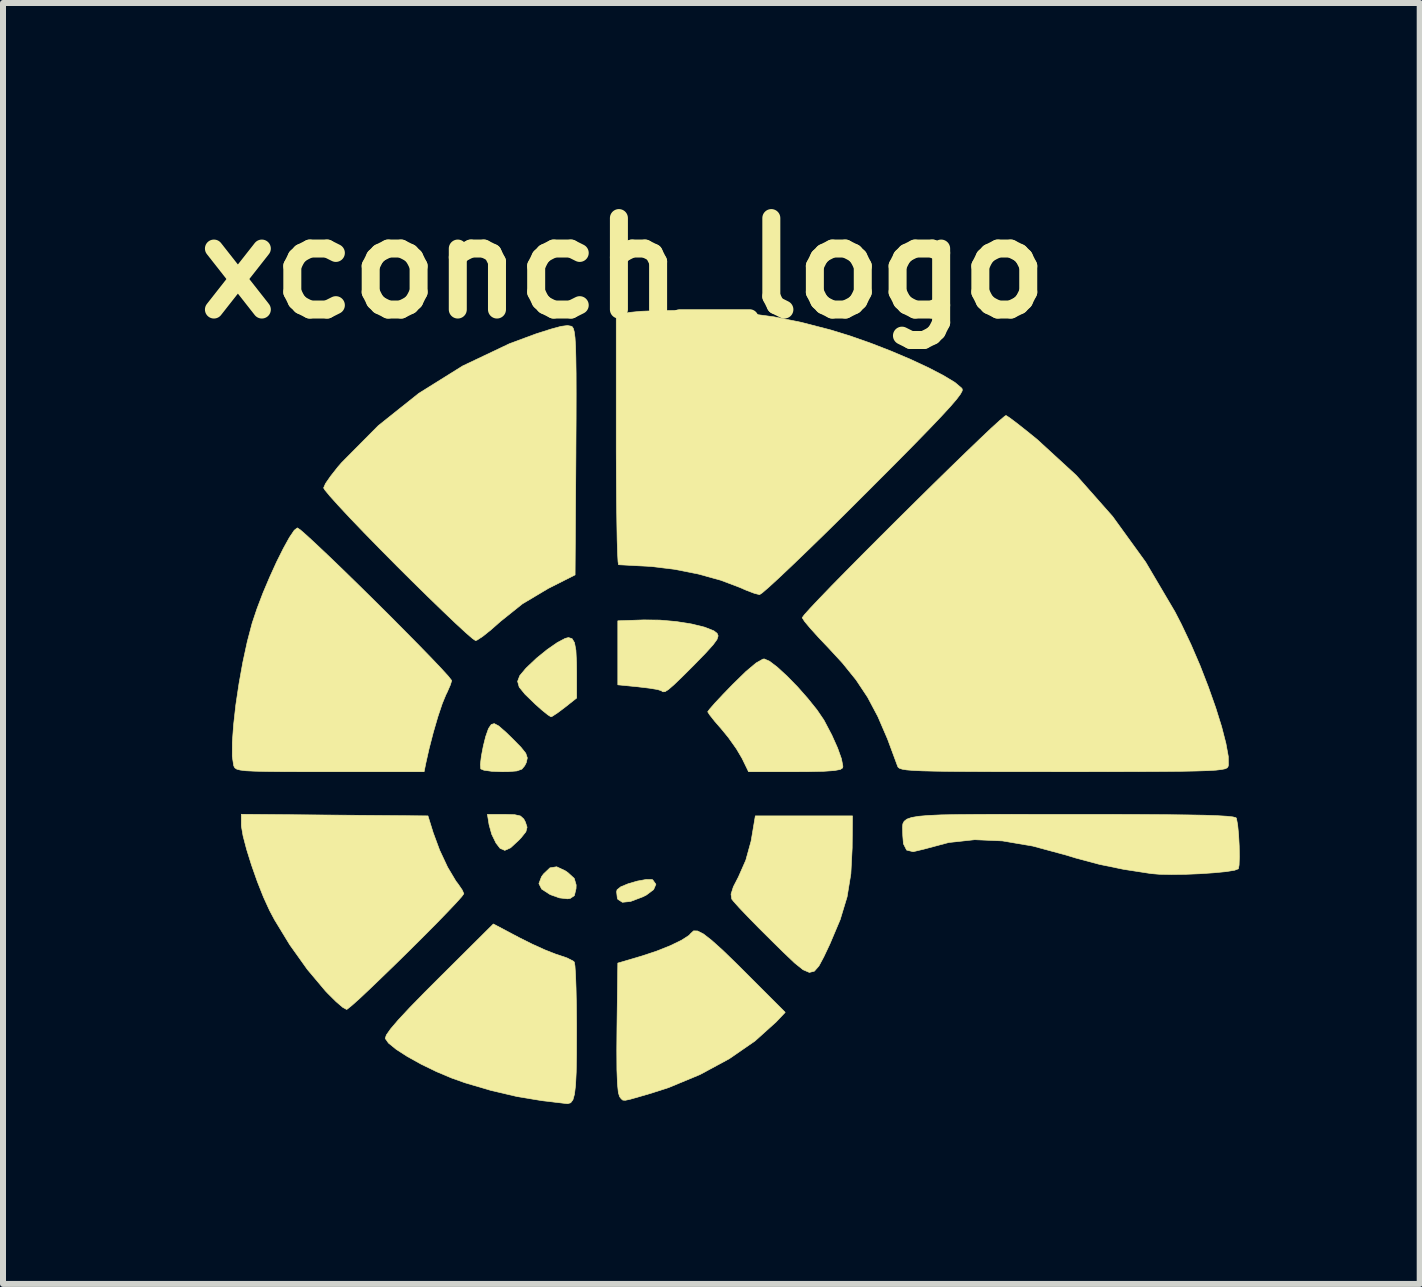
<source format=kicad_pcb>
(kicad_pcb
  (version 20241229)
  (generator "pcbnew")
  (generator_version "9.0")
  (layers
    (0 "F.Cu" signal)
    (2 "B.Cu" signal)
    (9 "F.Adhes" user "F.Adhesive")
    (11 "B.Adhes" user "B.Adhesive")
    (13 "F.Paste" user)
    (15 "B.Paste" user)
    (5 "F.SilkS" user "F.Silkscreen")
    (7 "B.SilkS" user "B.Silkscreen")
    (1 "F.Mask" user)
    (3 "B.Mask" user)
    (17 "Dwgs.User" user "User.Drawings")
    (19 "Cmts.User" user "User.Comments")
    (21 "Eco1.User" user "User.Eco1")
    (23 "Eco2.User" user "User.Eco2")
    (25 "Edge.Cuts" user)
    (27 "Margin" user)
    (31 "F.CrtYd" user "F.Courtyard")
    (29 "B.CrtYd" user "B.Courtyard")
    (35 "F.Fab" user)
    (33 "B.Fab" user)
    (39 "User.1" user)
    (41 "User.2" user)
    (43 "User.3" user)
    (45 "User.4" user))
  (footprint "xconch_logo"
    (layer "F.Cu")
    (at 6.895 10.245)
    (property "Reference" "xconch_logo" (at 0.442 -8.826 0) (layer "F.SilkS") (effects (font (size 1.524 1.524) (thickness 0.3))))
    (attr through_hole)
    (fp_poly (pts (xy -1.367 0.282) (xy -1.271 0.304) (xy -1.216 0.354) (xy -1.189 0.405) (xy -1.161 0.491) (xy -1.181 0.567) (xy -1.259 0.665) (xy -1.302 0.71) (xy -1.436 0.834) (xy -1.532 0.877) (xy -1.611 0.843) (xy -1.679 0.755) (xy -1.75 0.609) (xy -1.794 0.451) (xy -1.822 0.277) (xy -1.535 0.277) (xy -1.367 0.282)) (stroke (width 0.01) (type solid)) (fill yes) (layer "F.SilkS"))
    (fp_poly (pts (xy 0.921 1.363) (xy 0.933 1.368) (xy 0.986 1.442) (xy 0.948 1.53) (xy 0.827 1.621) (xy 0.77 1.65) (xy 0.564 1.728) (xy 0.428 1.742) (xy 0.352 1.693) (xy 0.343 1.674) (xy 0.331 1.567) (xy 0.339 1.533) (xy 0.4 1.484) (xy 0.526 1.432) (xy 0.679 1.388) (xy 0.823 1.362) (xy 0.921 1.363)) (stroke (width 0.01) (type solid)) (fill yes) (layer "F.SilkS"))
    (fp_poly (pts (xy -0.528 1.215) (xy -0.48 1.248) (xy -0.375 1.344) (xy -0.343 1.453) (xy -0.345 1.514) (xy -0.373 1.631) (xy -0.443 1.678) (xy -0.488 1.684) (xy -0.621 1.669) (xy -0.77 1.616) (xy -0.777 1.613) (xy -0.918 1.522) (xy -0.964 1.43) (xy -0.921 1.317) (xy -0.888 1.271) (xy -0.78 1.168) (xy -0.668 1.15) (xy -0.528 1.215)) (stroke (width 0.01) (type solid)) (fill yes) (layer "F.SilkS"))
    (fp_poly (pts (xy -1.633 -1.196) (xy -1.516 -1.094) (xy -1.409 -0.99) (xy -1.264 -0.843) (xy -1.183 -0.742) (xy -1.157 -0.664) (xy -1.174 -0.587) (xy -1.201 -0.533) (xy -1.248 -0.477) (xy -1.331 -0.447) (xy -1.477 -0.435) (xy -1.579 -0.434) (xy -1.751 -0.441) (xy -1.88 -0.459) (xy -1.933 -0.481) (xy -1.939 -0.555) (xy -1.923 -0.692) (xy -1.891 -0.859) (xy -1.851 -1.02) (xy -1.808 -1.142) (xy -1.801 -1.158) (xy -1.758 -1.221) (xy -1.708 -1.236) (xy -1.633 -1.196)) (stroke (width 0.01) (type solid)) (fill yes) (layer "F.SilkS"))
    (fp_poly (pts (xy -0.411 -2.651) (xy -0.371 -2.585) (xy -0.347 -2.457) (xy -0.337 -2.251) (xy -0.335 -2.085) (xy -0.335 -1.662) (xy -0.533 -1.505) (xy -0.653 -1.415) (xy -0.74 -1.358) (xy -0.763 -1.349) (xy -0.814 -1.381) (xy -0.916 -1.463) (xy -1.026 -1.561) (xy -1.195 -1.725) (xy -1.292 -1.844) (xy -1.319 -1.94) (xy -1.283 -2.035) (xy -1.188 -2.149) (xy -1.166 -2.172) (xy -1.001 -2.328) (xy -0.823 -2.472) (xy -0.657 -2.587) (xy -0.526 -2.656) (xy -0.471 -2.67) (xy -0.411 -2.651)) (stroke (width 0.01) (type solid)) (fill yes) (layer "F.SilkS"))
    (fp_poly (pts (xy 1.049 -2.961) (xy 1.323 -2.937) (xy 1.581 -2.896) (xy 1.798 -2.843) (xy 1.952 -2.782) (xy 2.006 -2.74) (xy 2.023 -2.698) (xy 2.004 -2.638) (xy 1.939 -2.549) (xy 1.82 -2.417) (xy 1.637 -2.229) (xy 1.618 -2.209) (xy 1.423 -2.015) (xy 1.286 -1.883) (xy 1.195 -1.804) (xy 1.138 -1.768) (xy 1.101 -1.766) (xy 1.075 -1.784) (xy 1.013 -1.804) (xy 0.879 -1.826) (xy 0.701 -1.847) (xy 0.698 -1.848) (xy 0.351 -1.882) (xy 0.351 -2.949) (xy 0.782 -2.964) (xy 1.049 -2.961)) (stroke (width 0.01) (type solid)) (fill yes) (layer "F.SilkS"))
    (fp_poly (pts (xy 4.257 0.836) (xy 4.235 1.267) (xy 4.172 1.652) (xy 4.057 2.031) (xy 3.886 2.436) (xy 3.784 2.652) (xy 3.703 2.803) (xy 3.627 2.89) (xy 3.543 2.911) (xy 3.438 2.866) (xy 3.297 2.753) (xy 3.107 2.572) (xy 2.911 2.379) (xy 2.704 2.173) (xy 2.522 1.987) (xy 2.376 1.834) (xy 2.281 1.728) (xy 2.25 1.688) (xy 2.238 1.606) (xy 2.277 1.483) (xy 2.361 1.32) (xy 2.484 1.041) (xy 2.572 0.723) (xy 2.581 0.671) (xy 2.643 0.302) (xy 4.262 0.302) (xy 4.257 0.836)) (stroke (width 0.01) (type solid)) (fill yes) (layer "F.SilkS"))
    (fp_poly (pts (xy 1.681 2.22) (xy 1.779 2.27) (xy 1.915 2.376) (xy 2.099 2.541) (xy 2.339 2.774) (xy 2.457 2.892) (xy 3.141 3.576) (xy 2.99 3.736) (xy 2.638 4.053) (xy 2.208 4.35) (xy 1.721 4.613) (xy 1.201 4.829) (xy 0.91 4.923) (xy 0.694 4.986) (xy 0.556 5.025) (xy 0.476 5.042) (xy 0.434 5.039) (xy 0.409 5.018) (xy 0.381 4.982) (xy 0.381 4.982) (xy 0.36 4.914) (xy 0.345 4.766) (xy 0.336 4.532) (xy 0.334 4.208) (xy 0.337 3.833) (xy 0.351 2.755) (xy 0.732 2.643) (xy 0.989 2.559) (xy 1.223 2.466) (xy 1.413 2.374) (xy 1.538 2.293) (xy 1.569 2.259) (xy 1.614 2.218) (xy 1.681 2.22)) (stroke (width 0.01) (type solid)) (fill yes) (layer "F.SilkS"))
    (fp_poly (pts (xy 2.879 -2.276) (xy 3.011 -2.175) (xy 3.173 -2.026) (xy 3.348 -1.847) (xy 3.518 -1.654) (xy 3.67 -1.465) (xy 3.785 -1.296) (xy 3.798 -1.272) (xy 3.918 -1.044) (xy 4.014 -0.829) (xy 4.078 -0.65) (xy 4.102 -0.526) (xy 4.098 -0.498) (xy 4.06 -0.472) (xy 3.958 -0.453) (xy 3.782 -0.441) (xy 3.523 -0.435) (xy 3.303 -0.434) (xy 2.53 -0.434) (xy 2.421 -0.658) (xy 2.327 -0.817) (xy 2.194 -1.004) (xy 2.081 -1.142) (xy 1.965 -1.276) (xy 1.882 -1.381) (xy 1.849 -1.432) (xy 1.849 -1.433) (xy 1.883 -1.479) (xy 1.973 -1.582) (xy 2.108 -1.726) (xy 2.265 -1.888) (xy 2.486 -2.104) (xy 2.655 -2.246) (xy 2.768 -2.31) (xy 2.791 -2.314) (xy 2.879 -2.276)) (stroke (width 0.01) (type solid)) (fill yes) (layer "F.SilkS"))
    (fp_poly (pts (xy -4.368 0.289) (xy -2.813 0.302) (xy -2.726 0.582) (xy -2.618 0.874) (xy -2.486 1.156) (xy -2.348 1.388) (xy -2.309 1.439) (xy -2.242 1.537) (xy -2.215 1.599) (xy -2.25 1.648) (xy -2.347 1.756) (xy -2.494 1.911) (xy -2.679 2.102) (xy -2.892 2.316) (xy -3.12 2.543) (xy -3.352 2.771) (xy -3.576 2.988) (xy -3.78 3.184) (xy -3.952 3.346) (xy -4.082 3.462) (xy -4.157 3.522) (xy -4.169 3.528) (xy -4.233 3.493) (xy -4.343 3.399) (xy -4.478 3.265) (xy -4.522 3.219) (xy -4.823 2.861) (xy -5.116 2.45) (xy -5.37 2.033) (xy -5.453 1.877) (xy -5.554 1.656) (xy -5.657 1.396) (xy -5.753 1.123) (xy -5.835 0.861) (xy -5.894 0.636) (xy -5.922 0.473) (xy -5.923 0.445) (xy -5.923 0.275) (xy -4.368 0.289)) (stroke (width 0.01) (type solid)) (fill yes) (layer "F.SilkS"))
    (fp_poly (pts (xy -1.296 2.329) (xy -1.078 2.438) (xy -0.864 2.535) (xy -0.689 2.604) (xy -0.64 2.62) (xy -0.496 2.669) (xy -0.395 2.72) (xy -0.374 2.738) (xy -0.363 2.803) (xy -0.353 2.953) (xy -0.345 3.174) (xy -0.339 3.45) (xy -0.336 3.765) (xy -0.336 3.886) (xy -0.337 4.274) (xy -0.342 4.571) (xy -0.353 4.79) (xy -0.371 4.94) (xy -0.397 5.034) (xy -0.434 5.083) (xy -0.484 5.098) (xy -0.511 5.096) (xy -0.585 5.087) (xy -0.729 5.07) (xy -0.913 5.048) (xy -0.919 5.047) (xy -1.321 4.981) (xy -1.762 4.878) (xy -2.196 4.75) (xy -2.418 4.671) (xy -2.674 4.563) (xy -2.925 4.441) (xy -3.154 4.314) (xy -3.342 4.193) (xy -3.471 4.088) (xy -3.525 4.011) (xy -3.525 4.011) (xy -3.506 3.953) (xy -3.435 3.852) (xy -3.308 3.703) (xy -3.119 3.5) (xy -2.863 3.238) (xy -2.631 3.006) (xy -1.723 2.103) (xy -1.296 2.329)) (stroke (width 0.01) (type solid)) (fill yes) (layer "F.SilkS"))
    (fp_poly (pts (xy -0.423 -7.858) (xy -0.407 -7.848) (xy -0.389 -7.819) (xy -0.374 -7.762) (xy -0.362 -7.668) (xy -0.353 -7.526) (xy -0.348 -7.329) (xy -0.344 -7.067) (xy -0.343 -6.732) (xy -0.344 -6.313) (xy -0.347 -5.803) (xy -0.347 -5.751) (xy -0.361 -3.714) (xy -0.807 -3.489) (xy -1.238 -3.232) (xy -1.602 -2.941) (xy -1.762 -2.8) (xy -1.899 -2.69) (xy -1.994 -2.628) (xy -2.02 -2.619) (xy -2.071 -2.654) (xy -2.184 -2.752) (xy -2.352 -2.907) (xy -2.564 -3.109) (xy -2.813 -3.35) (xy -3.09 -3.622) (xy -3.32 -3.851) (xy -3.61 -4.144) (xy -3.876 -4.416) (xy -4.11 -4.66) (xy -4.302 -4.866) (xy -4.445 -5.025) (xy -4.53 -5.128) (xy -4.552 -5.164) (xy -4.52 -5.237) (xy -4.434 -5.361) (xy -4.311 -5.517) (xy -4.249 -5.588) (xy -3.64 -6.202) (xy -2.966 -6.74) (xy -2.234 -7.197) (xy -1.453 -7.568) (xy -1.013 -7.731) (xy -0.765 -7.81) (xy -0.596 -7.856) (xy -0.487 -7.87) (xy -0.423 -7.858)) (stroke (width 0.01) (type solid)) (fill yes) (layer "F.SilkS"))
    (fp_poly (pts (xy 7.326 0.277) (xy 7.901 0.277) (xy 8.525 0.277) (xy 9.053 0.279) (xy 9.493 0.282) (xy 9.852 0.286) (xy 10.135 0.291) (xy 10.35 0.299) (xy 10.503 0.308) (xy 10.602 0.319) (xy 10.651 0.332) (xy 10.66 0.34) (xy 10.681 0.451) (xy 10.697 0.616) (xy 10.707 0.804) (xy 10.71 0.983) (xy 10.705 1.122) (xy 10.693 1.184) (xy 10.63 1.208) (xy 10.489 1.231) (xy 10.291 1.25) (xy 10.058 1.266) (xy 9.812 1.276) (xy 9.577 1.279) (xy 9.374 1.275) (xy 9.241 1.264) (xy 8.782 1.193) (xy 8.378 1.11) (xy 7.981 1.004) (xy 7.832 0.958) (xy 7.266 0.805) (xy 6.76 0.719) (xy 6.299 0.699) (xy 5.866 0.746) (xy 5.45 0.857) (xy 5.273 0.899) (xy 5.164 0.872) (xy 5.111 0.767) (xy 5.1 0.63) (xy 5.098 0.554) (xy 5.096 0.489) (xy 5.101 0.435) (xy 5.123 0.392) (xy 5.169 0.356) (xy 5.246 0.329) (xy 5.362 0.309) (xy 5.525 0.295) (xy 5.744 0.285) (xy 6.026 0.28) (xy 6.378 0.277) (xy 6.809 0.276) (xy 7.326 0.277)) (stroke (width 0.01) (type solid)) (fill yes) (layer "F.SilkS"))
    (fp_poly (pts (xy -4.939 -4.464) (xy -4.827 -4.366) (xy -4.665 -4.216) (xy -4.462 -4.024) (xy -4.228 -3.799) (xy -3.974 -3.551) (xy -3.71 -3.291) (xy -3.445 -3.028) (xy -3.191 -2.772) (xy -2.956 -2.534) (xy -2.752 -2.324) (xy -2.588 -2.151) (xy -2.474 -2.026) (xy -2.421 -1.958) (xy -2.418 -1.95) (xy -2.44 -1.879) (xy -2.493 -1.758) (xy -2.515 -1.714) (xy -2.575 -1.568) (xy -2.648 -1.35) (xy -2.724 -1.089) (xy -2.795 -0.814) (xy -2.849 -0.574) (xy -2.877 -0.434) (xy -4.448 -0.434) (xy -4.888 -0.434) (xy -5.237 -0.435) (xy -5.507 -0.438) (xy -5.707 -0.443) (xy -5.849 -0.45) (xy -5.943 -0.462) (xy -6 -0.477) (xy -6.031 -0.498) (xy -6.046 -0.525) (xy -6.052 -0.543) (xy -6.074 -0.693) (xy -6.073 -0.924) (xy -6.052 -1.215) (xy -6.015 -1.547) (xy -5.962 -1.902) (xy -5.898 -2.259) (xy -5.824 -2.601) (xy -5.743 -2.909) (xy -5.738 -2.924) (xy -5.66 -3.157) (xy -5.562 -3.414) (xy -5.45 -3.678) (xy -5.335 -3.931) (xy -5.222 -4.157) (xy -5.122 -4.338) (xy -5.041 -4.458) (xy -4.99 -4.498) (xy -4.939 -4.464)) (stroke (width 0.01) (type solid)) (fill yes) (layer "F.SilkS"))
    (fp_poly (pts (xy 1.443 -8.122) (xy 2.001 -8.11) (xy 2.493 -8.076) (xy 2.953 -8.015) (xy 3.417 -7.921) (xy 3.903 -7.795) (xy 4.227 -7.695) (xy 4.568 -7.575) (xy 4.91 -7.442) (xy 5.237 -7.303) (xy 5.533 -7.165) (xy 5.782 -7.035) (xy 5.97 -6.921) (xy 6.079 -6.829) (xy 6.091 -6.813) (xy 6.091 -6.782) (xy 6.061 -6.727) (xy 5.997 -6.641) (xy 5.893 -6.52) (xy 5.744 -6.358) (xy 5.545 -6.149) (xy 5.29 -5.887) (xy 4.974 -5.567) (xy 4.592 -5.184) (xy 4.465 -5.057) (xy 4.124 -4.717) (xy 3.802 -4.4) (xy 3.508 -4.114) (xy 3.249 -3.865) (xy 3.033 -3.661) (xy 2.866 -3.508) (xy 2.757 -3.414) (xy 2.713 -3.385) (xy 2.626 -3.407) (xy 2.485 -3.461) (xy 2.382 -3.506) (xy 2.067 -3.625) (xy 1.691 -3.729) (xy 1.292 -3.808) (xy 0.911 -3.854) (xy 0.833 -3.859) (xy 0.632 -3.869) (xy 0.471 -3.878) (xy 0.376 -3.883) (xy 0.363 -3.884) (xy 0.355 -3.934) (xy 0.347 -4.075) (xy 0.34 -4.296) (xy 0.335 -4.587) (xy 0.33 -4.936) (xy 0.327 -5.333) (xy 0.325 -5.767) (xy 0.325 -5.944) (xy 0.325 -8) (xy 0.439 -8.062) (xy 0.54 -8.088) (xy 0.732 -8.107) (xy 1.017 -8.118) (xy 1.4 -8.122) (xy 1.443 -8.122)) (stroke (width 0.01) (type solid)) (fill yes) (layer "F.SilkS"))
    (fp_poly (pts (xy 6.88 -6.333) (xy 6.999 -6.244) (xy 7.161 -6.116) (xy 7.339 -5.972) (xy 7.993 -5.372) (xy 8.598 -4.687) (xy 9.148 -3.927) (xy 9.637 -3.098) (xy 9.744 -2.89) (xy 9.903 -2.555) (xy 10.055 -2.202) (xy 10.193 -1.846) (xy 10.315 -1.501) (xy 10.414 -1.184) (xy 10.485 -0.908) (xy 10.525 -0.689) (xy 10.527 -0.543) (xy 10.52 -0.517) (xy 10.506 -0.499) (xy 10.473 -0.483) (xy 10.413 -0.471) (xy 10.319 -0.46) (xy 10.182 -0.452) (xy 9.995 -0.446) (xy 9.749 -0.441) (xy 9.437 -0.438) (xy 9.05 -0.436) (xy 8.581 -0.435) (xy 8.021 -0.434) (xy 7.767 -0.434) (xy 7.171 -0.435) (xy 6.668 -0.435) (xy 6.251 -0.437) (xy 5.911 -0.439) (xy 5.641 -0.443) (xy 5.432 -0.448) (xy 5.276 -0.455) (xy 5.165 -0.464) (xy 5.092 -0.476) (xy 5.048 -0.49) (xy 5.024 -0.507) (xy 5.015 -0.523) (xy 4.847 -0.977) (xy 4.685 -1.353) (xy 4.514 -1.675) (xy 4.322 -1.964) (xy 4.095 -2.245) (xy 3.869 -2.49) (xy 3.7 -2.668) (xy 3.56 -2.823) (xy 3.464 -2.938) (xy 3.425 -2.999) (xy 3.424 -3.001) (xy 3.459 -3.049) (xy 3.558 -3.159) (xy 3.712 -3.322) (xy 3.912 -3.53) (xy 4.151 -3.773) (xy 4.418 -4.043) (xy 4.707 -4.333) (xy 5.007 -4.632) (xy 5.311 -4.933) (xy 5.609 -5.227) (xy 5.893 -5.505) (xy 6.155 -5.759) (xy 6.385 -5.98) (xy 6.575 -6.16) (xy 6.717 -6.289) (xy 6.801 -6.36) (xy 6.821 -6.371) (xy 6.88 -6.333)) (stroke (width 0.01) (type solid)) (fill yes) (layer "F.SilkS")))
  (gr_rect
    (start -3 -3)
    (end 20.61 18.347)
    (stroke (width 0.1) (type default))
    (fill no)
    (layer "Edge.Cuts")))
</source>
